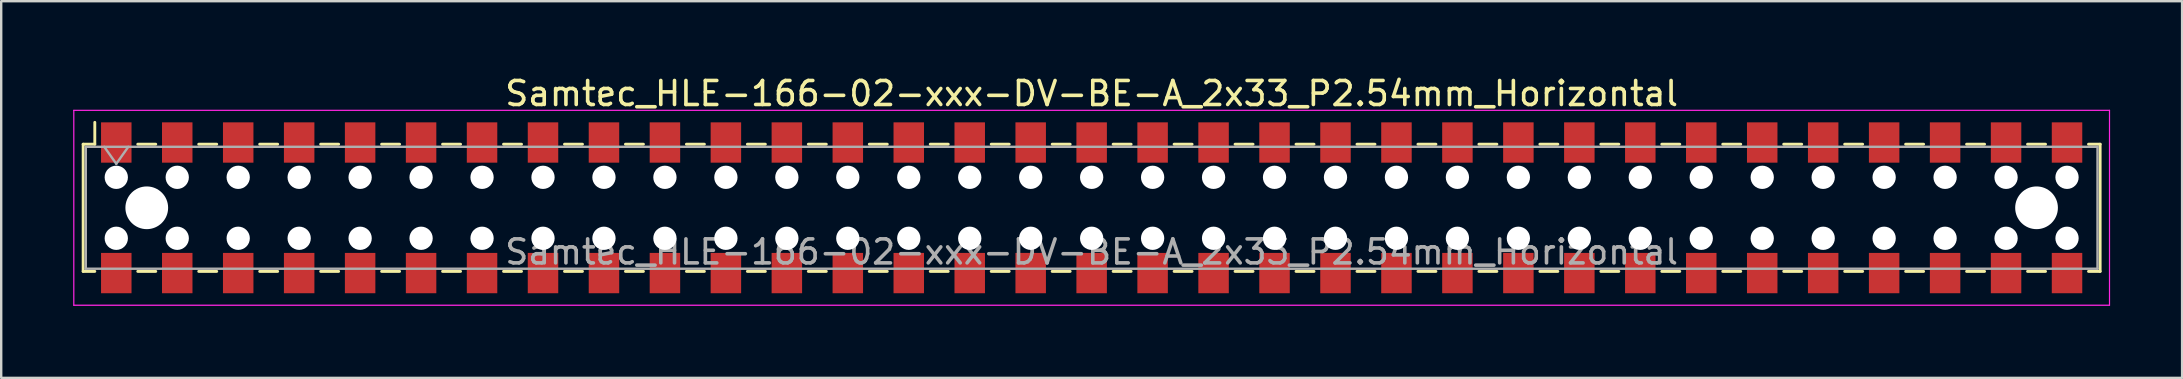
<source format=kicad_pcb>
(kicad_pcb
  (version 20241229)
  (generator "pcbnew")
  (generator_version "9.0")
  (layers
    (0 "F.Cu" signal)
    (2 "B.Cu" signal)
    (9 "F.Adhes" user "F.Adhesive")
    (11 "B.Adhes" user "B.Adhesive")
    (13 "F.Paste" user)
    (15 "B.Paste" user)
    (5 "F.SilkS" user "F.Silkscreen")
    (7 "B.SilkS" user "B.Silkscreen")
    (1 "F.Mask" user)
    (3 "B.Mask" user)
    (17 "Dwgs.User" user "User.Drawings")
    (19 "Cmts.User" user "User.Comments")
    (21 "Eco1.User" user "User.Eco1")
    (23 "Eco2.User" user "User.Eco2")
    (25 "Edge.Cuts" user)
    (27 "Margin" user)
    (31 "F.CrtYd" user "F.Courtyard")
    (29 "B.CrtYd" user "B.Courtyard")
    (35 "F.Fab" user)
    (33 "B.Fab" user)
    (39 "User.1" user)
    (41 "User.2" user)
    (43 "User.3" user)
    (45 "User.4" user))
  (footprint "Samtec_HLE-166-02-xxx-DV-BE-A_2x33_P2.54mm_Horizontal"
    (layer "F.Cu")
    (at 42.435 5.608)
    (property "Reference" "Samtec_HLE-166-02-xxx-DV-BE-A_2x33_P2.54mm_Horizontal" (at 0 -4.76 0) (layer "F.SilkS") (effects (font (size 1 1) (thickness 0.15))))
    (attr smd)
    (fp_line (start -42.02 -2.65) (end -42.02 2.65) (stroke (width 0.12) (type solid)) (layer "F.SilkS"))
    (fp_line (start -42.02 2.65) (end -41.535 2.65) (stroke (width 0.12) (type solid)) (layer "F.SilkS"))
    (fp_line (start -41.535 -3.56) (end -41.535 -2.65) (stroke (width 0.12) (type solid)) (layer "F.SilkS"))
    (fp_line (start -41.535 -2.65) (end -42.02 -2.65) (stroke (width 0.12) (type solid)) (layer "F.SilkS"))
    (fp_line (start -39.745 -2.65) (end -38.995 -2.65) (stroke (width 0.12) (type solid)) (layer "F.SilkS"))
    (fp_line (start -39.745 2.65) (end -38.995 2.65) (stroke (width 0.12) (type solid)) (layer "F.SilkS"))
    (fp_line (start -37.205 -2.65) (end -36.455 -2.65) (stroke (width 0.12) (type solid)) (layer "F.SilkS"))
    (fp_line (start -37.205 2.65) (end -36.455 2.65) (stroke (width 0.12) (type solid)) (layer "F.SilkS"))
    (fp_line (start -34.665 -2.65) (end -33.915 -2.65) (stroke (width 0.12) (type solid)) (layer "F.SilkS"))
    (fp_line (start -34.665 2.65) (end -33.915 2.65) (stroke (width 0.12) (type solid)) (layer "F.SilkS"))
    (fp_line (start -32.125 -2.65) (end -31.375 -2.65) (stroke (width 0.12) (type solid)) (layer "F.SilkS"))
    (fp_line (start -32.125 2.65) (end -31.375 2.65) (stroke (width 0.12) (type solid)) (layer "F.SilkS"))
    (fp_line (start -29.585 -2.65) (end -28.835 -2.65) (stroke (width 0.12) (type solid)) (layer "F.SilkS"))
    (fp_line (start -29.585 2.65) (end -28.835 2.65) (stroke (width 0.12) (type solid)) (layer "F.SilkS"))
    (fp_line (start -27.045 -2.65) (end -26.295 -2.65) (stroke (width 0.12) (type solid)) (layer "F.SilkS"))
    (fp_line (start -27.045 2.65) (end -26.295 2.65) (stroke (width 0.12) (type solid)) (layer "F.SilkS"))
    (fp_line (start -24.505 -2.65) (end -23.755 -2.65) (stroke (width 0.12) (type solid)) (layer "F.SilkS"))
    (fp_line (start -24.505 2.65) (end -23.755 2.65) (stroke (width 0.12) (type solid)) (layer "F.SilkS"))
    (fp_line (start -21.965 -2.65) (end -21.215 -2.65) (stroke (width 0.12) (type solid)) (layer "F.SilkS"))
    (fp_line (start -21.965 2.65) (end -21.215 2.65) (stroke (width 0.12) (type solid)) (layer "F.SilkS"))
    (fp_line (start -19.425 -2.65) (end -18.675 -2.65) (stroke (width 0.12) (type solid)) (layer "F.SilkS"))
    (fp_line (start -19.425 2.65) (end -18.675 2.65) (stroke (width 0.12) (type solid)) (layer "F.SilkS"))
    (fp_line (start -16.885 -2.65) (end -16.135 -2.65) (stroke (width 0.12) (type solid)) (layer "F.SilkS"))
    (fp_line (start -16.885 2.65) (end -16.135 2.65) (stroke (width 0.12) (type solid)) (layer "F.SilkS"))
    (fp_line (start -14.345 -2.65) (end -13.595 -2.65) (stroke (width 0.12) (type solid)) (layer "F.SilkS"))
    (fp_line (start -14.345 2.65) (end -13.595 2.65) (stroke (width 0.12) (type solid)) (layer "F.SilkS"))
    (fp_line (start -11.805 -2.65) (end -11.055 -2.65) (stroke (width 0.12) (type solid)) (layer "F.SilkS"))
    (fp_line (start -11.805 2.65) (end -11.055 2.65) (stroke (width 0.12) (type solid)) (layer "F.SilkS"))
    (fp_line (start -9.265 -2.65) (end -8.515 -2.65) (stroke (width 0.12) (type solid)) (layer "F.SilkS"))
    (fp_line (start -9.265 2.65) (end -8.515 2.65) (stroke (width 0.12) (type solid)) (layer "F.SilkS"))
    (fp_line (start -6.725 -2.65) (end -5.975 -2.65) (stroke (width 0.12) (type solid)) (layer "F.SilkS"))
    (fp_line (start -6.725 2.65) (end -5.975 2.65) (stroke (width 0.12) (type solid)) (layer "F.SilkS"))
    (fp_line (start -4.185 -2.65) (end -3.435 -2.65) (stroke (width 0.12) (type solid)) (layer "F.SilkS"))
    (fp_line (start -4.185 2.65) (end -3.435 2.65) (stroke (width 0.12) (type solid)) (layer "F.SilkS"))
    (fp_line (start -1.645 -2.65) (end -0.895 -2.65) (stroke (width 0.12) (type solid)) (layer "F.SilkS"))
    (fp_line (start -1.645 2.65) (end -0.895 2.65) (stroke (width 0.12) (type solid)) (layer "F.SilkS"))
    (fp_line (start 0.895 -2.65) (end 1.645 -2.65) (stroke (width 0.12) (type solid)) (layer "F.SilkS"))
    (fp_line (start 0.895 2.65) (end 1.645 2.65) (stroke (width 0.12) (type solid)) (layer "F.SilkS"))
    (fp_line (start 3.435 -2.65) (end 4.185 -2.65) (stroke (width 0.12) (type solid)) (layer "F.SilkS"))
    (fp_line (start 3.435 2.65) (end 4.185 2.65) (stroke (width 0.12) (type solid)) (layer "F.SilkS"))
    (fp_line (start 5.975 -2.65) (end 6.725 -2.65) (stroke (width 0.12) (type solid)) (layer "F.SilkS"))
    (fp_line (start 5.975 2.65) (end 6.725 2.65) (stroke (width 0.12) (type solid)) (layer "F.SilkS"))
    (fp_line (start 8.515 -2.65) (end 9.265 -2.65) (stroke (width 0.12) (type solid)) (layer "F.SilkS"))
    (fp_line (start 8.515 2.65) (end 9.265 2.65) (stroke (width 0.12) (type solid)) (layer "F.SilkS"))
    (fp_line (start 11.055 -2.65) (end 11.805 -2.65) (stroke (width 0.12) (type solid)) (layer "F.SilkS"))
    (fp_line (start 11.055 2.65) (end 11.805 2.65) (stroke (width 0.12) (type solid)) (layer "F.SilkS"))
    (fp_line (start 13.595 -2.65) (end 14.345 -2.65) (stroke (width 0.12) (type solid)) (layer "F.SilkS"))
    (fp_line (start 13.595 2.65) (end 14.345 2.65) (stroke (width 0.12) (type solid)) (layer "F.SilkS"))
    (fp_line (start 16.135 -2.65) (end 16.885 -2.65) (stroke (width 0.12) (type solid)) (layer "F.SilkS"))
    (fp_line (start 16.135 2.65) (end 16.885 2.65) (stroke (width 0.12) (type solid)) (layer "F.SilkS"))
    (fp_line (start 18.675 -2.65) (end 19.425 -2.65) (stroke (width 0.12) (type solid)) (layer "F.SilkS"))
    (fp_line (start 18.675 2.65) (end 19.425 2.65) (stroke (width 0.12) (type solid)) (layer "F.SilkS"))
    (fp_line (start 21.215 -2.65) (end 21.965 -2.65) (stroke (width 0.12) (type solid)) (layer "F.SilkS"))
    (fp_line (start 21.215 2.65) (end 21.965 2.65) (stroke (width 0.12) (type solid)) (layer "F.SilkS"))
    (fp_line (start 23.755 -2.65) (end 24.505 -2.65) (stroke (width 0.12) (type solid)) (layer "F.SilkS"))
    (fp_line (start 23.755 2.65) (end 24.505 2.65) (stroke (width 0.12) (type solid)) (layer "F.SilkS"))
    (fp_line (start 26.295 -2.65) (end 27.045 -2.65) (stroke (width 0.12) (type solid)) (layer "F.SilkS"))
    (fp_line (start 26.295 2.65) (end 27.045 2.65) (stroke (width 0.12) (type solid)) (layer "F.SilkS"))
    (fp_line (start 28.835 -2.65) (end 29.585 -2.65) (stroke (width 0.12) (type solid)) (layer "F.SilkS"))
    (fp_line (start 28.835 2.65) (end 29.585 2.65) (stroke (width 0.12) (type solid)) (layer "F.SilkS"))
    (fp_line (start 31.375 -2.65) (end 32.125 -2.65) (stroke (width 0.12) (type solid)) (layer "F.SilkS"))
    (fp_line (start 31.375 2.65) (end 32.125 2.65) (stroke (width 0.12) (type solid)) (layer "F.SilkS"))
    (fp_line (start 33.915 -2.65) (end 34.665 -2.65) (stroke (width 0.12) (type solid)) (layer "F.SilkS"))
    (fp_line (start 33.915 2.65) (end 34.665 2.65) (stroke (width 0.12) (type solid)) (layer "F.SilkS"))
    (fp_line (start 36.455 -2.65) (end 37.205 -2.65) (stroke (width 0.12) (type solid)) (layer "F.SilkS"))
    (fp_line (start 36.455 2.65) (end 37.205 2.65) (stroke (width 0.12) (type solid)) (layer "F.SilkS"))
    (fp_line (start 38.995 -2.65) (end 39.745 -2.65) (stroke (width 0.12) (type solid)) (layer "F.SilkS"))
    (fp_line (start 38.995 2.65) (end 39.745 2.65) (stroke (width 0.12) (type solid)) (layer "F.SilkS"))
    (fp_line (start 41.535 -2.65) (end 42.02 -2.65) (stroke (width 0.12) (type solid)) (layer "F.SilkS"))
    (fp_line (start 42.02 -2.65) (end 42.02 2.65) (stroke (width 0.12) (type solid)) (layer "F.SilkS"))
    (fp_line (start 42.02 2.65) (end 41.535 2.65) (stroke (width 0.12) (type solid)) (layer "F.SilkS"))
    (fp_line (start -42.41 -4.06) (end 42.41 -4.06) (stroke (width 0.05) (type solid)) (layer "F.CrtYd"))
    (fp_line (start -42.41 4.06) (end -42.41 -4.06) (stroke (width 0.05) (type solid)) (layer "F.CrtYd"))
    (fp_line (start 42.41 -4.06) (end 42.41 4.06) (stroke (width 0.05) (type solid)) (layer "F.CrtYd"))
    (fp_line (start 42.41 4.06) (end -42.41 4.06) (stroke (width 0.05) (type solid)) (layer "F.CrtYd"))
    (fp_line (start -41.91 -2.54) (end 41.91 -2.54) (stroke (width 0.1) (type solid)) (layer "F.Fab"))
    (fp_line (start -41.91 2.54) (end -41.91 -2.54) (stroke (width 0.1) (type solid)) (layer "F.Fab"))
    (fp_line (start -41.14 -2.54) (end -40.64 -1.833) (stroke (width 0.1) (type solid)) (layer "F.Fab"))
    (fp_line (start -40.64 -1.833) (end -40.14 -2.54) (stroke (width 0.1) (type solid)) (layer "F.Fab"))
    (fp_line (start 41.91 -2.54) (end 41.91 2.54) (stroke (width 0.1) (type solid)) (layer "F.Fab"))
    (fp_line (start 41.91 2.54) (end -41.91 2.54) (stroke (width 0.1) (type solid)) (layer "F.Fab"))
    (fp_text user "${REFERENCE}" (at 0 1.84 0) (layer "F.Fab") (effects (font (size 1 1) (thickness 0.15))))
    (pad "" np_thru_hole circle (at -40.64 -1.27) (size 0.97 0.97) (drill 0.97) (layers "*.Cu" "*.Mask"))
    (pad "" np_thru_hole circle (at -40.64 1.27) (size 0.97 0.97) (drill 0.97) (layers "*.Cu" "*.Mask"))
    (pad "" np_thru_hole circle (at -39.37 0) (size 1.78 1.78) (drill 1.78) (layers "*.Cu" "*.Mask"))
    (pad "" np_thru_hole circle (at -38.1 -1.27) (size 0.97 0.97) (drill 0.97) (layers "*.Cu" "*.Mask"))
    (pad "" np_thru_hole circle (at -38.1 1.27) (size 0.97 0.97) (drill 0.97) (layers "*.Cu" "*.Mask"))
    (pad "" np_thru_hole circle (at -35.56 -1.27) (size 0.97 0.97) (drill 0.97) (layers "*.Cu" "*.Mask"))
    (pad "" np_thru_hole circle (at -35.56 1.27) (size 0.97 0.97) (drill 0.97) (layers "*.Cu" "*.Mask"))
    (pad "" np_thru_hole circle (at -33.02 -1.27) (size 0.97 0.97) (drill 0.97) (layers "*.Cu" "*.Mask"))
    (pad "" np_thru_hole circle (at -33.02 1.27) (size 0.97 0.97) (drill 0.97) (layers "*.Cu" "*.Mask"))
    (pad "" np_thru_hole circle (at -30.48 -1.27) (size 0.97 0.97) (drill 0.97) (layers "*.Cu" "*.Mask"))
    (pad "" np_thru_hole circle (at -30.48 1.27) (size 0.97 0.97) (drill 0.97) (layers "*.Cu" "*.Mask"))
    (pad "" np_thru_hole circle (at -27.94 -1.27) (size 0.97 0.97) (drill 0.97) (layers "*.Cu" "*.Mask"))
    (pad "" np_thru_hole circle (at -27.94 1.27) (size 0.97 0.97) (drill 0.97) (layers "*.Cu" "*.Mask"))
    (pad "" np_thru_hole circle (at -25.4 -1.27) (size 0.97 0.97) (drill 0.97) (layers "*.Cu" "*.Mask"))
    (pad "" np_thru_hole circle (at -25.4 1.27) (size 0.97 0.97) (drill 0.97) (layers "*.Cu" "*.Mask"))
    (pad "" np_thru_hole circle (at -22.86 -1.27) (size 0.97 0.97) (drill 0.97) (layers "*.Cu" "*.Mask"))
    (pad "" np_thru_hole circle (at -22.86 1.27) (size 0.97 0.97) (drill 0.97) (layers "*.Cu" "*.Mask"))
    (pad "" np_thru_hole circle (at -20.32 -1.27) (size 0.97 0.97) (drill 0.97) (layers "*.Cu" "*.Mask"))
    (pad "" np_thru_hole circle (at -20.32 1.27) (size 0.97 0.97) (drill 0.97) (layers "*.Cu" "*.Mask"))
    (pad "" np_thru_hole circle (at -17.78 -1.27) (size 0.97 0.97) (drill 0.97) (layers "*.Cu" "*.Mask"))
    (pad "" np_thru_hole circle (at -17.78 1.27) (size 0.97 0.97) (drill 0.97) (layers "*.Cu" "*.Mask"))
    (pad "" np_thru_hole circle (at -15.24 -1.27) (size 0.97 0.97) (drill 0.97) (layers "*.Cu" "*.Mask"))
    (pad "" np_thru_hole circle (at -15.24 1.27) (size 0.97 0.97) (drill 0.97) (layers "*.Cu" "*.Mask"))
    (pad "" np_thru_hole circle (at -12.7 -1.27) (size 0.97 0.97) (drill 0.97) (layers "*.Cu" "*.Mask"))
    (pad "" np_thru_hole circle (at -12.7 1.27) (size 0.97 0.97) (drill 0.97) (layers "*.Cu" "*.Mask"))
    (pad "" np_thru_hole circle (at -10.16 -1.27) (size 0.97 0.97) (drill 0.97) (layers "*.Cu" "*.Mask"))
    (pad "" np_thru_hole circle (at -10.16 1.27) (size 0.97 0.97) (drill 0.97) (layers "*.Cu" "*.Mask"))
    (pad "" np_thru_hole circle (at -7.62 -1.27) (size 0.97 0.97) (drill 0.97) (layers "*.Cu" "*.Mask"))
    (pad "" np_thru_hole circle (at -7.62 1.27) (size 0.97 0.97) (drill 0.97) (layers "*.Cu" "*.Mask"))
    (pad "" np_thru_hole circle (at -5.08 -1.27) (size 0.97 0.97) (drill 0.97) (layers "*.Cu" "*.Mask"))
    (pad "" np_thru_hole circle (at -5.08 1.27) (size 0.97 0.97) (drill 0.97) (layers "*.Cu" "*.Mask"))
    (pad "" np_thru_hole circle (at -2.54 -1.27) (size 0.97 0.97) (drill 0.97) (layers "*.Cu" "*.Mask"))
    (pad "" np_thru_hole circle (at -2.54 1.27) (size 0.97 0.97) (drill 0.97) (layers "*.Cu" "*.Mask"))
    (pad "" np_thru_hole circle (at 0 -1.27) (size 0.97 0.97) (drill 0.97) (layers "*.Cu" "*.Mask"))
    (pad "" np_thru_hole circle (at 0 1.27) (size 0.97 0.97) (drill 0.97) (layers "*.Cu" "*.Mask"))
    (pad "" np_thru_hole circle (at 2.54 -1.27) (size 0.97 0.97) (drill 0.97) (layers "*.Cu" "*.Mask"))
    (pad "" np_thru_hole circle (at 2.54 1.27) (size 0.97 0.97) (drill 0.97) (layers "*.Cu" "*.Mask"))
    (pad "" np_thru_hole circle (at 5.08 -1.27) (size 0.97 0.97) (drill 0.97) (layers "*.Cu" "*.Mask"))
    (pad "" np_thru_hole circle (at 5.08 1.27) (size 0.97 0.97) (drill 0.97) (layers "*.Cu" "*.Mask"))
    (pad "" np_thru_hole circle (at 7.62 -1.27) (size 0.97 0.97) (drill 0.97) (layers "*.Cu" "*.Mask"))
    (pad "" np_thru_hole circle (at 7.62 1.27) (size 0.97 0.97) (drill 0.97) (layers "*.Cu" "*.Mask"))
    (pad "" np_thru_hole circle (at 10.16 -1.27) (size 0.97 0.97) (drill 0.97) (layers "*.Cu" "*.Mask"))
    (pad "" np_thru_hole circle (at 10.16 1.27) (size 0.97 0.97) (drill 0.97) (layers "*.Cu" "*.Mask"))
    (pad "" np_thru_hole circle (at 12.7 -1.27) (size 0.97 0.97) (drill 0.97) (layers "*.Cu" "*.Mask"))
    (pad "" np_thru_hole circle (at 12.7 1.27) (size 0.97 0.97) (drill 0.97) (layers "*.Cu" "*.Mask"))
    (pad "" np_thru_hole circle (at 15.24 -1.27) (size 0.97 0.97) (drill 0.97) (layers "*.Cu" "*.Mask"))
    (pad "" np_thru_hole circle (at 15.24 1.27) (size 0.97 0.97) (drill 0.97) (layers "*.Cu" "*.Mask"))
    (pad "" np_thru_hole circle (at 17.78 -1.27) (size 0.97 0.97) (drill 0.97) (layers "*.Cu" "*.Mask"))
    (pad "" np_thru_hole circle (at 17.78 1.27) (size 0.97 0.97) (drill 0.97) (layers "*.Cu" "*.Mask"))
    (pad "" np_thru_hole circle (at 20.32 -1.27) (size 0.97 0.97) (drill 0.97) (layers "*.Cu" "*.Mask"))
    (pad "" np_thru_hole circle (at 20.32 1.27) (size 0.97 0.97) (drill 0.97) (layers "*.Cu" "*.Mask"))
    (pad "" np_thru_hole circle (at 22.86 -1.27) (size 0.97 0.97) (drill 0.97) (layers "*.Cu" "*.Mask"))
    (pad "" np_thru_hole circle (at 22.86 1.27) (size 0.97 0.97) (drill 0.97) (layers "*.Cu" "*.Mask"))
    (pad "" np_thru_hole circle (at 25.4 -1.27) (size 0.97 0.97) (drill 0.97) (layers "*.Cu" "*.Mask"))
    (pad "" np_thru_hole circle (at 25.4 1.27) (size 0.97 0.97) (drill 0.97) (layers "*.Cu" "*.Mask"))
    (pad "" np_thru_hole circle (at 27.94 -1.27) (size 0.97 0.97) (drill 0.97) (layers "*.Cu" "*.Mask"))
    (pad "" np_thru_hole circle (at 27.94 1.27) (size 0.97 0.97) (drill 0.97) (layers "*.Cu" "*.Mask"))
    (pad "" np_thru_hole circle (at 30.48 -1.27) (size 0.97 0.97) (drill 0.97) (layers "*.Cu" "*.Mask"))
    (pad "" np_thru_hole circle (at 30.48 1.27) (size 0.97 0.97) (drill 0.97) (layers "*.Cu" "*.Mask"))
    (pad "" np_thru_hole circle (at 33.02 -1.27) (size 0.97 0.97) (drill 0.97) (layers "*.Cu" "*.Mask"))
    (pad "" np_thru_hole circle (at 33.02 1.27) (size 0.97 0.97) (drill 0.97) (layers "*.Cu" "*.Mask"))
    (pad "" np_thru_hole circle (at 35.56 -1.27) (size 0.97 0.97) (drill 0.97) (layers "*.Cu" "*.Mask"))
    (pad "" np_thru_hole circle (at 35.56 1.27) (size 0.97 0.97) (drill 0.97) (layers "*.Cu" "*.Mask"))
    (pad "" np_thru_hole circle (at 38.1 -1.27) (size 0.97 0.97) (drill 0.97) (layers "*.Cu" "*.Mask"))
    (pad "" np_thru_hole circle (at 38.1 1.27) (size 0.97 0.97) (drill 0.97) (layers "*.Cu" "*.Mask"))
    (pad "" np_thru_hole circle (at 39.37 0) (size 1.78 1.78) (drill 1.78) (layers "*.Cu" "*.Mask"))
    (pad "" np_thru_hole circle (at 40.64 -1.27) (size 0.97 0.97) (drill 0.97) (layers "*.Cu" "*.Mask"))
    (pad "" np_thru_hole circle (at 40.64 1.27) (size 0.97 0.97) (drill 0.97) (layers "*.Cu" "*.Mask"))
    (pad "1" smd rect (at -40.64 -2.72) (size 1.27 1.68) (layers "F.Cu" "F.Mask" "F.Paste"))
    (pad "2" smd rect (at -40.64 2.72) (size 1.27 1.68) (layers "F.Cu" "F.Mask" "F.Paste"))
    (pad "3" smd rect (at -38.1 -2.72) (size 1.27 1.68) (layers "F.Cu" "F.Mask" "F.Paste"))
    (pad "4" smd rect (at -38.1 2.72) (size 1.27 1.68) (layers "F.Cu" "F.Mask" "F.Paste"))
    (pad "5" smd rect (at -35.56 -2.72) (size 1.27 1.68) (layers "F.Cu" "F.Mask" "F.Paste"))
    (pad "6" smd rect (at -35.56 2.72) (size 1.27 1.68) (layers "F.Cu" "F.Mask" "F.Paste"))
    (pad "7" smd rect (at -33.02 -2.72) (size 1.27 1.68) (layers "F.Cu" "F.Mask" "F.Paste"))
    (pad "8" smd rect (at -33.02 2.72) (size 1.27 1.68) (layers "F.Cu" "F.Mask" "F.Paste"))
    (pad "9" smd rect (at -30.48 -2.72) (size 1.27 1.68) (layers "F.Cu" "F.Mask" "F.Paste"))
    (pad "10" smd rect (at -30.48 2.72) (size 1.27 1.68) (layers "F.Cu" "F.Mask" "F.Paste"))
    (pad "11" smd rect (at -27.94 -2.72) (size 1.27 1.68) (layers "F.Cu" "F.Mask" "F.Paste"))
    (pad "12" smd rect (at -27.94 2.72) (size 1.27 1.68) (layers "F.Cu" "F.Mask" "F.Paste"))
    (pad "13" smd rect (at -25.4 -2.72) (size 1.27 1.68) (layers "F.Cu" "F.Mask" "F.Paste"))
    (pad "14" smd rect (at -25.4 2.72) (size 1.27 1.68) (layers "F.Cu" "F.Mask" "F.Paste"))
    (pad "15" smd rect (at -22.86 -2.72) (size 1.27 1.68) (layers "F.Cu" "F.Mask" "F.Paste"))
    (pad "16" smd rect (at -22.86 2.72) (size 1.27 1.68) (layers "F.Cu" "F.Mask" "F.Paste"))
    (pad "17" smd rect (at -20.32 -2.72) (size 1.27 1.68) (layers "F.Cu" "F.Mask" "F.Paste"))
    (pad "18" smd rect (at -20.32 2.72) (size 1.27 1.68) (layers "F.Cu" "F.Mask" "F.Paste"))
    (pad "19" smd rect (at -17.78 -2.72) (size 1.27 1.68) (layers "F.Cu" "F.Mask" "F.Paste"))
    (pad "20" smd rect (at -17.78 2.72) (size 1.27 1.68) (layers "F.Cu" "F.Mask" "F.Paste"))
    (pad "21" smd rect (at -15.24 -2.72) (size 1.27 1.68) (layers "F.Cu" "F.Mask" "F.Paste"))
    (pad "22" smd rect (at -15.24 2.72) (size 1.27 1.68) (layers "F.Cu" "F.Mask" "F.Paste"))
    (pad "23" smd rect (at -12.7 -2.72) (size 1.27 1.68) (layers "F.Cu" "F.Mask" "F.Paste"))
    (pad "24" smd rect (at -12.7 2.72) (size 1.27 1.68) (layers "F.Cu" "F.Mask" "F.Paste"))
    (pad "25" smd rect (at -10.16 -2.72) (size 1.27 1.68) (layers "F.Cu" "F.Mask" "F.Paste"))
    (pad "26" smd rect (at -10.16 2.72) (size 1.27 1.68) (layers "F.Cu" "F.Mask" "F.Paste"))
    (pad "27" smd rect (at -7.62 -2.72) (size 1.27 1.68) (layers "F.Cu" "F.Mask" "F.Paste"))
    (pad "28" smd rect (at -7.62 2.72) (size 1.27 1.68) (layers "F.Cu" "F.Mask" "F.Paste"))
    (pad "29" smd rect (at -5.08 -2.72) (size 1.27 1.68) (layers "F.Cu" "F.Mask" "F.Paste"))
    (pad "30" smd rect (at -5.08 2.72) (size 1.27 1.68) (layers "F.Cu" "F.Mask" "F.Paste"))
    (pad "31" smd rect (at -2.54 -2.72) (size 1.27 1.68) (layers "F.Cu" "F.Mask" "F.Paste"))
    (pad "32" smd rect (at -2.54 2.72) (size 1.27 1.68) (layers "F.Cu" "F.Mask" "F.Paste"))
    (pad "33" smd rect (at 0 -2.72) (size 1.27 1.68) (layers "F.Cu" "F.Mask" "F.Paste"))
    (pad "34" smd rect (at 0 2.72) (size 1.27 1.68) (layers "F.Cu" "F.Mask" "F.Paste"))
    (pad "35" smd rect (at 2.54 -2.72) (size 1.27 1.68) (layers "F.Cu" "F.Mask" "F.Paste"))
    (pad "36" smd rect (at 2.54 2.72) (size 1.27 1.68) (layers "F.Cu" "F.Mask" "F.Paste"))
    (pad "37" smd rect (at 5.08 -2.72) (size 1.27 1.68) (layers "F.Cu" "F.Mask" "F.Paste"))
    (pad "38" smd rect (at 5.08 2.72) (size 1.27 1.68) (layers "F.Cu" "F.Mask" "F.Paste"))
    (pad "39" smd rect (at 7.62 -2.72) (size 1.27 1.68) (layers "F.Cu" "F.Mask" "F.Paste"))
    (pad "40" smd rect (at 7.62 2.72) (size 1.27 1.68) (layers "F.Cu" "F.Mask" "F.Paste"))
    (pad "41" smd rect (at 10.16 -2.72) (size 1.27 1.68) (layers "F.Cu" "F.Mask" "F.Paste"))
    (pad "42" smd rect (at 10.16 2.72) (size 1.27 1.68) (layers "F.Cu" "F.Mask" "F.Paste"))
    (pad "43" smd rect (at 12.7 -2.72) (size 1.27 1.68) (layers "F.Cu" "F.Mask" "F.Paste"))
    (pad "44" smd rect (at 12.7 2.72) (size 1.27 1.68) (layers "F.Cu" "F.Mask" "F.Paste"))
    (pad "45" smd rect (at 15.24 -2.72) (size 1.27 1.68) (layers "F.Cu" "F.Mask" "F.Paste"))
    (pad "46" smd rect (at 15.24 2.72) (size 1.27 1.68) (layers "F.Cu" "F.Mask" "F.Paste"))
    (pad "47" smd rect (at 17.78 -2.72) (size 1.27 1.68) (layers "F.Cu" "F.Mask" "F.Paste"))
    (pad "48" smd rect (at 17.78 2.72) (size 1.27 1.68) (layers "F.Cu" "F.Mask" "F.Paste"))
    (pad "49" smd rect (at 20.32 -2.72) (size 1.27 1.68) (layers "F.Cu" "F.Mask" "F.Paste"))
    (pad "50" smd rect (at 20.32 2.72) (size 1.27 1.68) (layers "F.Cu" "F.Mask" "F.Paste"))
    (pad "51" smd rect (at 22.86 -2.72) (size 1.27 1.68) (layers "F.Cu" "F.Mask" "F.Paste"))
    (pad "52" smd rect (at 22.86 2.72) (size 1.27 1.68) (layers "F.Cu" "F.Mask" "F.Paste"))
    (pad "53" smd rect (at 25.4 -2.72) (size 1.27 1.68) (layers "F.Cu" "F.Mask" "F.Paste"))
    (pad "54" smd rect (at 25.4 2.72) (size 1.27 1.68) (layers "F.Cu" "F.Mask" "F.Paste"))
    (pad "55" smd rect (at 27.94 -2.72) (size 1.27 1.68) (layers "F.Cu" "F.Mask" "F.Paste"))
    (pad "56" smd rect (at 27.94 2.72) (size 1.27 1.68) (layers "F.Cu" "F.Mask" "F.Paste"))
    (pad "57" smd rect (at 30.48 -2.72) (size 1.27 1.68) (layers "F.Cu" "F.Mask" "F.Paste"))
    (pad "58" smd rect (at 30.48 2.72) (size 1.27 1.68) (layers "F.Cu" "F.Mask" "F.Paste"))
    (pad "59" smd rect (at 33.02 -2.72) (size 1.27 1.68) (layers "F.Cu" "F.Mask" "F.Paste"))
    (pad "60" smd rect (at 33.02 2.72) (size 1.27 1.68) (layers "F.Cu" "F.Mask" "F.Paste"))
    (pad "61" smd rect (at 35.56 -2.72) (size 1.27 1.68) (layers "F.Cu" "F.Mask" "F.Paste"))
    (pad "62" smd rect (at 35.56 2.72) (size 1.27 1.68) (layers "F.Cu" "F.Mask" "F.Paste"))
    (pad "63" smd rect (at 38.1 -2.72) (size 1.27 1.68) (layers "F.Cu" "F.Mask" "F.Paste"))
    (pad "64" smd rect (at 38.1 2.72) (size 1.27 1.68) (layers "F.Cu" "F.Mask" "F.Paste"))
    (pad "65" smd rect (at 40.64 -2.72) (size 1.27 1.68) (layers "F.Cu" "F.Mask" "F.Paste"))
    (pad "66" smd rect (at 40.64 2.72) (size 1.27 1.68) (layers "F.Cu" "F.Mask" "F.Paste")))
  (gr_rect
    (start -3 -3)
    (end 87.87 12.693)
    (stroke (width 0.1) (type default))
    (fill no)
    (layer "Edge.Cuts")))
</source>
